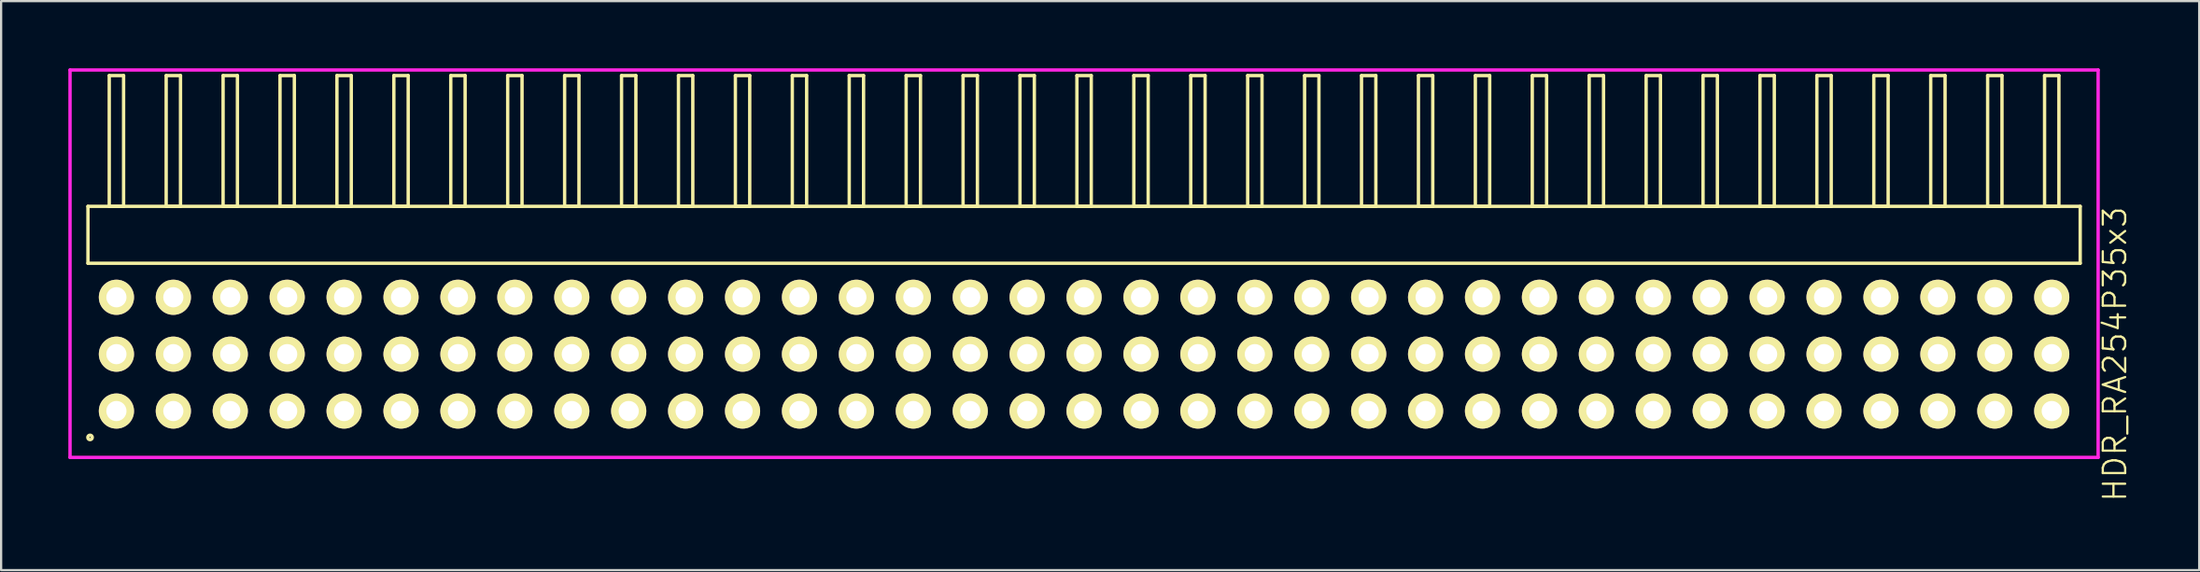
<source format=kicad_pcb>
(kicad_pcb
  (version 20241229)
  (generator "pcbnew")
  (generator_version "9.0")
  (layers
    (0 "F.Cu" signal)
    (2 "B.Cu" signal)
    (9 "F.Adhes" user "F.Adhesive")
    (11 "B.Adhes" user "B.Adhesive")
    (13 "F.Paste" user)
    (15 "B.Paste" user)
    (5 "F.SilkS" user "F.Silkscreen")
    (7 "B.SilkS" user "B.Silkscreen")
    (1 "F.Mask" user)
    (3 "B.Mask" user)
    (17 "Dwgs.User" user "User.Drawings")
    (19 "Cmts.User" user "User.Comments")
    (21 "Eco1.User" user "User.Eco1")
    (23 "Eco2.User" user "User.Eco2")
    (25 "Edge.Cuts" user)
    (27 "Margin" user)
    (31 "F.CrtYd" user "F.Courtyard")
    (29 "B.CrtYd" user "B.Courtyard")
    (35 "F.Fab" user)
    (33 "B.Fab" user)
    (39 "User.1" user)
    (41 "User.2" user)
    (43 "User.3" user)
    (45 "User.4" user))
  (footprint "HDR_RA254P35x3"
    (layer "F.Cu")
    (at 45.325 12.765)
    (property "Reference" "HDR_RA254P35x3" (at 46 0 90) (layer "F.SilkS") (effects (font (size 1 1) (thickness 0.1))))
    (attr through_hole)
    (fp_line (start -44.45 -6.6) (end -44.45 -4.06) (stroke (width 0.15) (type solid)) (layer "F.SilkS"))
    (fp_line (start -44.45 -4.06) (end 44.45 -4.06) (stroke (width 0.15) (type solid)) (layer "F.SilkS"))
    (fp_line (start -43.5 -12.44) (end -43.5 -6.6) (stroke (width 0.15) (type solid)) (layer "F.SilkS"))
    (fp_line (start -43.5 -6.6) (end -42.86 -6.6) (stroke (width 0.15) (type solid)) (layer "F.SilkS"))
    (fp_line (start -42.86 -12.44) (end -43.5 -12.44) (stroke (width 0.15) (type solid)) (layer "F.SilkS"))
    (fp_line (start -42.86 -6.6) (end -42.86 -12.44) (stroke (width 0.15) (type solid)) (layer "F.SilkS"))
    (fp_line (start -40.96 -12.44) (end -40.96 -6.6) (stroke (width 0.15) (type solid)) (layer "F.SilkS"))
    (fp_line (start -40.96 -6.6) (end -40.32 -6.6) (stroke (width 0.15) (type solid)) (layer "F.SilkS"))
    (fp_line (start -40.32 -12.44) (end -40.96 -12.44) (stroke (width 0.15) (type solid)) (layer "F.SilkS"))
    (fp_line (start -40.32 -6.6) (end -40.32 -12.44) (stroke (width 0.15) (type solid)) (layer "F.SilkS"))
    (fp_line (start -38.42 -12.44) (end -38.42 -6.6) (stroke (width 0.15) (type solid)) (layer "F.SilkS"))
    (fp_line (start -38.42 -6.6) (end -37.78 -6.6) (stroke (width 0.15) (type solid)) (layer "F.SilkS"))
    (fp_line (start -37.78 -12.44) (end -38.42 -12.44) (stroke (width 0.15) (type solid)) (layer "F.SilkS"))
    (fp_line (start -37.78 -6.6) (end -37.78 -12.44) (stroke (width 0.15) (type solid)) (layer "F.SilkS"))
    (fp_line (start -35.88 -12.44) (end -35.88 -6.6) (stroke (width 0.15) (type solid)) (layer "F.SilkS"))
    (fp_line (start -35.88 -6.6) (end -35.24 -6.6) (stroke (width 0.15) (type solid)) (layer "F.SilkS"))
    (fp_line (start -35.24 -12.44) (end -35.88 -12.44) (stroke (width 0.15) (type solid)) (layer "F.SilkS"))
    (fp_line (start -35.24 -6.6) (end -35.24 -12.44) (stroke (width 0.15) (type solid)) (layer "F.SilkS"))
    (fp_line (start -33.34 -12.44) (end -33.34 -6.6) (stroke (width 0.15) (type solid)) (layer "F.SilkS"))
    (fp_line (start -33.34 -6.6) (end -32.7 -6.6) (stroke (width 0.15) (type solid)) (layer "F.SilkS"))
    (fp_line (start -32.7 -12.44) (end -33.34 -12.44) (stroke (width 0.15) (type solid)) (layer "F.SilkS"))
    (fp_line (start -32.7 -6.6) (end -32.7 -12.44) (stroke (width 0.15) (type solid)) (layer "F.SilkS"))
    (fp_line (start -30.8 -12.44) (end -30.8 -6.6) (stroke (width 0.15) (type solid)) (layer "F.SilkS"))
    (fp_line (start -30.8 -6.6) (end -30.16 -6.6) (stroke (width 0.15) (type solid)) (layer "F.SilkS"))
    (fp_line (start -30.16 -12.44) (end -30.8 -12.44) (stroke (width 0.15) (type solid)) (layer "F.SilkS"))
    (fp_line (start -30.16 -6.6) (end -30.16 -12.44) (stroke (width 0.15) (type solid)) (layer "F.SilkS"))
    (fp_line (start -28.26 -12.44) (end -28.26 -6.6) (stroke (width 0.15) (type solid)) (layer "F.SilkS"))
    (fp_line (start -28.26 -6.6) (end -27.62 -6.6) (stroke (width 0.15) (type solid)) (layer "F.SilkS"))
    (fp_line (start -27.62 -12.44) (end -28.26 -12.44) (stroke (width 0.15) (type solid)) (layer "F.SilkS"))
    (fp_line (start -27.62 -6.6) (end -27.62 -12.44) (stroke (width 0.15) (type solid)) (layer "F.SilkS"))
    (fp_line (start -25.72 -12.44) (end -25.72 -6.6) (stroke (width 0.15) (type solid)) (layer "F.SilkS"))
    (fp_line (start -25.72 -6.6) (end -25.08 -6.6) (stroke (width 0.15) (type solid)) (layer "F.SilkS"))
    (fp_line (start -25.08 -12.44) (end -25.72 -12.44) (stroke (width 0.15) (type solid)) (layer "F.SilkS"))
    (fp_line (start -25.08 -6.6) (end -25.08 -12.44) (stroke (width 0.15) (type solid)) (layer "F.SilkS"))
    (fp_line (start -23.18 -12.44) (end -23.18 -6.6) (stroke (width 0.15) (type solid)) (layer "F.SilkS"))
    (fp_line (start -23.18 -6.6) (end -22.54 -6.6) (stroke (width 0.15) (type solid)) (layer "F.SilkS"))
    (fp_line (start -22.54 -12.44) (end -23.18 -12.44) (stroke (width 0.15) (type solid)) (layer "F.SilkS"))
    (fp_line (start -22.54 -6.6) (end -22.54 -12.44) (stroke (width 0.15) (type solid)) (layer "F.SilkS"))
    (fp_line (start -20.64 -12.44) (end -20.64 -6.6) (stroke (width 0.15) (type solid)) (layer "F.SilkS"))
    (fp_line (start -20.64 -6.6) (end -20 -6.6) (stroke (width 0.15) (type solid)) (layer "F.SilkS"))
    (fp_line (start -20 -12.44) (end -20.64 -12.44) (stroke (width 0.15) (type solid)) (layer "F.SilkS"))
    (fp_line (start -20 -6.6) (end -20 -12.44) (stroke (width 0.15) (type solid)) (layer "F.SilkS"))
    (fp_line (start -18.1 -12.44) (end -18.1 -6.6) (stroke (width 0.15) (type solid)) (layer "F.SilkS"))
    (fp_line (start -18.1 -6.6) (end -17.46 -6.6) (stroke (width 0.15) (type solid)) (layer "F.SilkS"))
    (fp_line (start -17.46 -12.44) (end -18.1 -12.44) (stroke (width 0.15) (type solid)) (layer "F.SilkS"))
    (fp_line (start -17.46 -6.6) (end -17.46 -12.44) (stroke (width 0.15) (type solid)) (layer "F.SilkS"))
    (fp_line (start -15.56 -12.44) (end -15.56 -6.6) (stroke (width 0.15) (type solid)) (layer "F.SilkS"))
    (fp_line (start -15.56 -6.6) (end -14.92 -6.6) (stroke (width 0.15) (type solid)) (layer "F.SilkS"))
    (fp_line (start -14.92 -12.44) (end -15.56 -12.44) (stroke (width 0.15) (type solid)) (layer "F.SilkS"))
    (fp_line (start -14.92 -6.6) (end -14.92 -12.44) (stroke (width 0.15) (type solid)) (layer "F.SilkS"))
    (fp_line (start -13.02 -12.44) (end -13.02 -6.6) (stroke (width 0.15) (type solid)) (layer "F.SilkS"))
    (fp_line (start -13.02 -6.6) (end -12.38 -6.6) (stroke (width 0.15) (type solid)) (layer "F.SilkS"))
    (fp_line (start -12.38 -12.44) (end -13.02 -12.44) (stroke (width 0.15) (type solid)) (layer "F.SilkS"))
    (fp_line (start -12.38 -6.6) (end -12.38 -12.44) (stroke (width 0.15) (type solid)) (layer "F.SilkS"))
    (fp_line (start -10.48 -12.44) (end -10.48 -6.6) (stroke (width 0.15) (type solid)) (layer "F.SilkS"))
    (fp_line (start -10.48 -6.6) (end -9.84 -6.6) (stroke (width 0.15) (type solid)) (layer "F.SilkS"))
    (fp_line (start -9.84 -12.44) (end -10.48 -12.44) (stroke (width 0.15) (type solid)) (layer "F.SilkS"))
    (fp_line (start -9.84 -6.6) (end -9.84 -12.44) (stroke (width 0.15) (type solid)) (layer "F.SilkS"))
    (fp_line (start -7.94 -12.44) (end -7.94 -6.6) (stroke (width 0.15) (type solid)) (layer "F.SilkS"))
    (fp_line (start -7.94 -6.6) (end -7.3 -6.6) (stroke (width 0.15) (type solid)) (layer "F.SilkS"))
    (fp_line (start -7.3 -12.44) (end -7.94 -12.44) (stroke (width 0.15) (type solid)) (layer "F.SilkS"))
    (fp_line (start -7.3 -6.6) (end -7.3 -12.44) (stroke (width 0.15) (type solid)) (layer "F.SilkS"))
    (fp_line (start -5.4 -12.44) (end -5.4 -6.6) (stroke (width 0.15) (type solid)) (layer "F.SilkS"))
    (fp_line (start -5.4 -6.6) (end -4.76 -6.6) (stroke (width 0.15) (type solid)) (layer "F.SilkS"))
    (fp_line (start -4.76 -12.44) (end -5.4 -12.44) (stroke (width 0.15) (type solid)) (layer "F.SilkS"))
    (fp_line (start -4.76 -6.6) (end -4.76 -12.44) (stroke (width 0.15) (type solid)) (layer "F.SilkS"))
    (fp_line (start -2.86 -12.44) (end -2.86 -6.6) (stroke (width 0.15) (type solid)) (layer "F.SilkS"))
    (fp_line (start -2.86 -6.6) (end -2.22 -6.6) (stroke (width 0.15) (type solid)) (layer "F.SilkS"))
    (fp_line (start -2.22 -12.44) (end -2.86 -12.44) (stroke (width 0.15) (type solid)) (layer "F.SilkS"))
    (fp_line (start -2.22 -6.6) (end -2.22 -12.44) (stroke (width 0.15) (type solid)) (layer "F.SilkS"))
    (fp_line (start -0.32 -12.44) (end -0.32 -6.6) (stroke (width 0.15) (type solid)) (layer "F.SilkS"))
    (fp_line (start -0.32 -6.6) (end 0.32 -6.6) (stroke (width 0.15) (type solid)) (layer "F.SilkS"))
    (fp_line (start 0.32 -12.44) (end -0.32 -12.44) (stroke (width 0.15) (type solid)) (layer "F.SilkS"))
    (fp_line (start 0.32 -6.6) (end 0.32 -12.44) (stroke (width 0.15) (type solid)) (layer "F.SilkS"))
    (fp_line (start 2.22 -12.44) (end 2.22 -6.6) (stroke (width 0.15) (type solid)) (layer "F.SilkS"))
    (fp_line (start 2.22 -6.6) (end 2.86 -6.6) (stroke (width 0.15) (type solid)) (layer "F.SilkS"))
    (fp_line (start 2.86 -12.44) (end 2.22 -12.44) (stroke (width 0.15) (type solid)) (layer "F.SilkS"))
    (fp_line (start 2.86 -6.6) (end 2.86 -12.44) (stroke (width 0.15) (type solid)) (layer "F.SilkS"))
    (fp_line (start 4.76 -12.44) (end 4.76 -6.6) (stroke (width 0.15) (type solid)) (layer "F.SilkS"))
    (fp_line (start 4.76 -6.6) (end 5.4 -6.6) (stroke (width 0.15) (type solid)) (layer "F.SilkS"))
    (fp_line (start 5.4 -12.44) (end 4.76 -12.44) (stroke (width 0.15) (type solid)) (layer "F.SilkS"))
    (fp_line (start 5.4 -6.6) (end 5.4 -12.44) (stroke (width 0.15) (type solid)) (layer "F.SilkS"))
    (fp_line (start 7.3 -12.44) (end 7.3 -6.6) (stroke (width 0.15) (type solid)) (layer "F.SilkS"))
    (fp_line (start 7.3 -6.6) (end 7.94 -6.6) (stroke (width 0.15) (type solid)) (layer "F.SilkS"))
    (fp_line (start 7.94 -12.44) (end 7.3 -12.44) (stroke (width 0.15) (type solid)) (layer "F.SilkS"))
    (fp_line (start 7.94 -6.6) (end 7.94 -12.44) (stroke (width 0.15) (type solid)) (layer "F.SilkS"))
    (fp_line (start 9.84 -12.44) (end 9.84 -6.6) (stroke (width 0.15) (type solid)) (layer "F.SilkS"))
    (fp_line (start 9.84 -6.6) (end 10.48 -6.6) (stroke (width 0.15) (type solid)) (layer "F.SilkS"))
    (fp_line (start 10.48 -12.44) (end 9.84 -12.44) (stroke (width 0.15) (type solid)) (layer "F.SilkS"))
    (fp_line (start 10.48 -6.6) (end 10.48 -12.44) (stroke (width 0.15) (type solid)) (layer "F.SilkS"))
    (fp_line (start 12.38 -12.44) (end 12.38 -6.6) (stroke (width 0.15) (type solid)) (layer "F.SilkS"))
    (fp_line (start 12.38 -6.6) (end 13.02 -6.6) (stroke (width 0.15) (type solid)) (layer "F.SilkS"))
    (fp_line (start 13.02 -12.44) (end 12.38 -12.44) (stroke (width 0.15) (type solid)) (layer "F.SilkS"))
    (fp_line (start 13.02 -6.6) (end 13.02 -12.44) (stroke (width 0.15) (type solid)) (layer "F.SilkS"))
    (fp_line (start 14.92 -12.44) (end 14.92 -6.6) (stroke (width 0.15) (type solid)) (layer "F.SilkS"))
    (fp_line (start 14.92 -6.6) (end 15.56 -6.6) (stroke (width 0.15) (type solid)) (layer "F.SilkS"))
    (fp_line (start 15.56 -12.44) (end 14.92 -12.44) (stroke (width 0.15) (type solid)) (layer "F.SilkS"))
    (fp_line (start 15.56 -6.6) (end 15.56 -12.44) (stroke (width 0.15) (type solid)) (layer "F.SilkS"))
    (fp_line (start 17.46 -12.44) (end 17.46 -6.6) (stroke (width 0.15) (type solid)) (layer "F.SilkS"))
    (fp_line (start 17.46 -6.6) (end 18.1 -6.6) (stroke (width 0.15) (type solid)) (layer "F.SilkS"))
    (fp_line (start 18.1 -12.44) (end 17.46 -12.44) (stroke (width 0.15) (type solid)) (layer "F.SilkS"))
    (fp_line (start 18.1 -6.6) (end 18.1 -12.44) (stroke (width 0.15) (type solid)) (layer "F.SilkS"))
    (fp_line (start 20 -12.44) (end 20 -6.6) (stroke (width 0.15) (type solid)) (layer "F.SilkS"))
    (fp_line (start 20 -6.6) (end 20.64 -6.6) (stroke (width 0.15) (type solid)) (layer "F.SilkS"))
    (fp_line (start 20.64 -12.44) (end 20 -12.44) (stroke (width 0.15) (type solid)) (layer "F.SilkS"))
    (fp_line (start 20.64 -6.6) (end 20.64 -12.44) (stroke (width 0.15) (type solid)) (layer "F.SilkS"))
    (fp_line (start 22.54 -12.44) (end 22.54 -6.6) (stroke (width 0.15) (type solid)) (layer "F.SilkS"))
    (fp_line (start 22.54 -6.6) (end 23.18 -6.6) (stroke (width 0.15) (type solid)) (layer "F.SilkS"))
    (fp_line (start 23.18 -12.44) (end 22.54 -12.44) (stroke (width 0.15) (type solid)) (layer "F.SilkS"))
    (fp_line (start 23.18 -6.6) (end 23.18 -12.44) (stroke (width 0.15) (type solid)) (layer "F.SilkS"))
    (fp_line (start 25.08 -12.44) (end 25.08 -6.6) (stroke (width 0.15) (type solid)) (layer "F.SilkS"))
    (fp_line (start 25.08 -6.6) (end 25.72 -6.6) (stroke (width 0.15) (type solid)) (layer "F.SilkS"))
    (fp_line (start 25.72 -12.44) (end 25.08 -12.44) (stroke (width 0.15) (type solid)) (layer "F.SilkS"))
    (fp_line (start 25.72 -6.6) (end 25.72 -12.44) (stroke (width 0.15) (type solid)) (layer "F.SilkS"))
    (fp_line (start 27.62 -12.44) (end 27.62 -6.6) (stroke (width 0.15) (type solid)) (layer "F.SilkS"))
    (fp_line (start 27.62 -6.6) (end 28.26 -6.6) (stroke (width 0.15) (type solid)) (layer "F.SilkS"))
    (fp_line (start 28.26 -12.44) (end 27.62 -12.44) (stroke (width 0.15) (type solid)) (layer "F.SilkS"))
    (fp_line (start 28.26 -6.6) (end 28.26 -12.44) (stroke (width 0.15) (type solid)) (layer "F.SilkS"))
    (fp_line (start 30.16 -12.44) (end 30.16 -6.6) (stroke (width 0.15) (type solid)) (layer "F.SilkS"))
    (fp_line (start 30.16 -6.6) (end 30.8 -6.6) (stroke (width 0.15) (type solid)) (layer "F.SilkS"))
    (fp_line (start 30.8 -12.44) (end 30.16 -12.44) (stroke (width 0.15) (type solid)) (layer "F.SilkS"))
    (fp_line (start 30.8 -6.6) (end 30.8 -12.44) (stroke (width 0.15) (type solid)) (layer "F.SilkS"))
    (fp_line (start 32.7 -12.44) (end 32.7 -6.6) (stroke (width 0.15) (type solid)) (layer "F.SilkS"))
    (fp_line (start 32.7 -6.6) (end 33.34 -6.6) (stroke (width 0.15) (type solid)) (layer "F.SilkS"))
    (fp_line (start 33.34 -12.44) (end 32.7 -12.44) (stroke (width 0.15) (type solid)) (layer "F.SilkS"))
    (fp_line (start 33.34 -6.6) (end 33.34 -12.44) (stroke (width 0.15) (type solid)) (layer "F.SilkS"))
    (fp_line (start 35.24 -12.44) (end 35.24 -6.6) (stroke (width 0.15) (type solid)) (layer "F.SilkS"))
    (fp_line (start 35.24 -6.6) (end 35.88 -6.6) (stroke (width 0.15) (type solid)) (layer "F.SilkS"))
    (fp_line (start 35.88 -12.44) (end 35.24 -12.44) (stroke (width 0.15) (type solid)) (layer "F.SilkS"))
    (fp_line (start 35.88 -6.6) (end 35.88 -12.44) (stroke (width 0.15) (type solid)) (layer "F.SilkS"))
    (fp_line (start 37.78 -12.44) (end 37.78 -6.6) (stroke (width 0.15) (type solid)) (layer "F.SilkS"))
    (fp_line (start 37.78 -6.6) (end 38.42 -6.6) (stroke (width 0.15) (type solid)) (layer "F.SilkS"))
    (fp_line (start 38.42 -12.44) (end 37.78 -12.44) (stroke (width 0.15) (type solid)) (layer "F.SilkS"))
    (fp_line (start 38.42 -6.6) (end 38.42 -12.44) (stroke (width 0.15) (type solid)) (layer "F.SilkS"))
    (fp_line (start 40.32 -12.44) (end 40.32 -6.6) (stroke (width 0.15) (type solid)) (layer "F.SilkS"))
    (fp_line (start 40.32 -6.6) (end 40.96 -6.6) (stroke (width 0.15) (type solid)) (layer "F.SilkS"))
    (fp_line (start 40.96 -12.44) (end 40.32 -12.44) (stroke (width 0.15) (type solid)) (layer "F.SilkS"))
    (fp_line (start 40.96 -6.6) (end 40.96 -12.44) (stroke (width 0.15) (type solid)) (layer "F.SilkS"))
    (fp_line (start 42.86 -12.44) (end 42.86 -6.6) (stroke (width 0.15) (type solid)) (layer "F.SilkS"))
    (fp_line (start 42.86 -6.6) (end 43.5 -6.6) (stroke (width 0.15) (type solid)) (layer "F.SilkS"))
    (fp_line (start 43.5 -12.44) (end 42.86 -12.44) (stroke (width 0.15) (type solid)) (layer "F.SilkS"))
    (fp_line (start 43.5 -6.6) (end 43.5 -12.44) (stroke (width 0.15) (type solid)) (layer "F.SilkS"))
    (fp_line (start 44.45 -6.6) (end -44.45 -6.6) (stroke (width 0.15) (type solid)) (layer "F.SilkS"))
    (fp_line (start 44.45 -4.06) (end 44.45 -6.6) (stroke (width 0.15) (type solid)) (layer "F.SilkS"))
    (fp_circle (center -44.357 3.718) (end -44.257 3.718) (stroke (width 0.15) (type solid)) (fill no) (layer "F.SilkS"))
    (fp_line (start -45.25 -12.69) (end -45.25 4.61) (stroke (width 0.15) (type solid)) (layer "F.CrtYd"))
    (fp_line (start -45.25 4.61) (end 45.25 4.61) (stroke (width 0.15) (type solid)) (layer "F.CrtYd"))
    (fp_line (start 45.25 -12.69) (end -45.25 -12.69) (stroke (width 0.15) (type solid)) (layer "F.CrtYd"))
    (fp_line (start 45.25 4.61) (end 45.25 -12.69) (stroke (width 0.15) (type solid)) (layer "F.CrtYd"))
    (pad "1" thru_hole oval (at -43.18 2.54) (size 1.57 1.57) (drill 0.9) (layers "*.Cu" "*.Mask" "F.SilkS"))
    (pad "2" thru_hole oval (at -43.18 0) (size 1.57 1.57) (drill 0.9) (layers "*.Cu" "*.Mask" "F.SilkS"))
    (pad "3" thru_hole oval (at -43.18 -2.54) (size 1.57 1.57) (drill 0.9) (layers "*.Cu" "*.Mask" "F.SilkS"))
    (pad "4" thru_hole oval (at -40.64 2.54) (size 1.57 1.57) (drill 0.9) (layers "*.Cu" "*.Mask" "F.SilkS"))
    (pad "5" thru_hole oval (at -40.64 0) (size 1.57 1.57) (drill 0.9) (layers "*.Cu" "*.Mask" "F.SilkS"))
    (pad "6" thru_hole oval (at -40.64 -2.54) (size 1.57 1.57) (drill 0.9) (layers "*.Cu" "*.Mask" "F.SilkS"))
    (pad "7" thru_hole oval (at -38.1 2.54) (size 1.57 1.57) (drill 0.9) (layers "*.Cu" "*.Mask" "F.SilkS"))
    (pad "8" thru_hole oval (at -38.1 0) (size 1.57 1.57) (drill 0.9) (layers "*.Cu" "*.Mask" "F.SilkS"))
    (pad "9" thru_hole oval (at -38.1 -2.54) (size 1.57 1.57) (drill 0.9) (layers "*.Cu" "*.Mask" "F.SilkS"))
    (pad "10" thru_hole oval (at -35.56 2.54) (size 1.57 1.57) (drill 0.9) (layers "*.Cu" "*.Mask" "F.SilkS"))
    (pad "11" thru_hole oval (at -35.56 0) (size 1.57 1.57) (drill 0.9) (layers "*.Cu" "*.Mask" "F.SilkS"))
    (pad "12" thru_hole oval (at -35.56 -2.54) (size 1.57 1.57) (drill 0.9) (layers "*.Cu" "*.Mask" "F.SilkS"))
    (pad "13" thru_hole oval (at -33.02 2.54) (size 1.57 1.57) (drill 0.9) (layers "*.Cu" "*.Mask" "F.SilkS"))
    (pad "14" thru_hole oval (at -33.02 0) (size 1.57 1.57) (drill 0.9) (layers "*.Cu" "*.Mask" "F.SilkS"))
    (pad "15" thru_hole oval (at -33.02 -2.54) (size 1.57 1.57) (drill 0.9) (layers "*.Cu" "*.Mask" "F.SilkS"))
    (pad "16" thru_hole oval (at -30.48 2.54) (size 1.57 1.57) (drill 0.9) (layers "*.Cu" "*.Mask" "F.SilkS"))
    (pad "17" thru_hole oval (at -30.48 0) (size 1.57 1.57) (drill 0.9) (layers "*.Cu" "*.Mask" "F.SilkS"))
    (pad "18" thru_hole oval (at -30.48 -2.54) (size 1.57 1.57) (drill 0.9) (layers "*.Cu" "*.Mask" "F.SilkS"))
    (pad "19" thru_hole oval (at -27.94 2.54) (size 1.57 1.57) (drill 0.9) (layers "*.Cu" "*.Mask" "F.SilkS"))
    (pad "20" thru_hole oval (at -27.94 0) (size 1.57 1.57) (drill 0.9) (layers "*.Cu" "*.Mask" "F.SilkS"))
    (pad "21" thru_hole oval (at -27.94 -2.54) (size 1.57 1.57) (drill 0.9) (layers "*.Cu" "*.Mask" "F.SilkS"))
    (pad "22" thru_hole oval (at -25.4 2.54) (size 1.57 1.57) (drill 0.9) (layers "*.Cu" "*.Mask" "F.SilkS"))
    (pad "23" thru_hole oval (at -25.4 0) (size 1.57 1.57) (drill 0.9) (layers "*.Cu" "*.Mask" "F.SilkS"))
    (pad "24" thru_hole oval (at -25.4 -2.54) (size 1.57 1.57) (drill 0.9) (layers "*.Cu" "*.Mask" "F.SilkS"))
    (pad "25" thru_hole oval (at -22.86 2.54) (size 1.57 1.57) (drill 0.9) (layers "*.Cu" "*.Mask" "F.SilkS"))
    (pad "26" thru_hole oval (at -22.86 0) (size 1.57 1.57) (drill 0.9) (layers "*.Cu" "*.Mask" "F.SilkS"))
    (pad "27" thru_hole oval (at -22.86 -2.54) (size 1.57 1.57) (drill 0.9) (layers "*.Cu" "*.Mask" "F.SilkS"))
    (pad "28" thru_hole oval (at -20.32 2.54) (size 1.57 1.57) (drill 0.9) (layers "*.Cu" "*.Mask" "F.SilkS"))
    (pad "29" thru_hole oval (at -20.32 0) (size 1.57 1.57) (drill 0.9) (layers "*.Cu" "*.Mask" "F.SilkS"))
    (pad "30" thru_hole oval (at -20.32 -2.54) (size 1.57 1.57) (drill 0.9) (layers "*.Cu" "*.Mask" "F.SilkS"))
    (pad "31" thru_hole oval (at -17.78 2.54) (size 1.57 1.57) (drill 0.9) (layers "*.Cu" "*.Mask" "F.SilkS"))
    (pad "32" thru_hole oval (at -17.78 0) (size 1.57 1.57) (drill 0.9) (layers "*.Cu" "*.Mask" "F.SilkS"))
    (pad "33" thru_hole oval (at -17.78 -2.54) (size 1.57 1.57) (drill 0.9) (layers "*.Cu" "*.Mask" "F.SilkS"))
    (pad "34" thru_hole oval (at -15.24 2.54) (size 1.57 1.57) (drill 0.9) (layers "*.Cu" "*.Mask" "F.SilkS"))
    (pad "35" thru_hole oval (at -15.24 0) (size 1.57 1.57) (drill 0.9) (layers "*.Cu" "*.Mask" "F.SilkS"))
    (pad "36" thru_hole oval (at -15.24 -2.54) (size 1.57 1.57) (drill 0.9) (layers "*.Cu" "*.Mask" "F.SilkS"))
    (pad "37" thru_hole oval (at -12.7 2.54) (size 1.57 1.57) (drill 0.9) (layers "*.Cu" "*.Mask" "F.SilkS"))
    (pad "38" thru_hole oval (at -12.7 0) (size 1.57 1.57) (drill 0.9) (layers "*.Cu" "*.Mask" "F.SilkS"))
    (pad "39" thru_hole oval (at -12.7 -2.54) (size 1.57 1.57) (drill 0.9) (layers "*.Cu" "*.Mask" "F.SilkS"))
    (pad "40" thru_hole oval (at -10.16 2.54) (size 1.57 1.57) (drill 0.9) (layers "*.Cu" "*.Mask" "F.SilkS"))
    (pad "41" thru_hole oval (at -10.16 0) (size 1.57 1.57) (drill 0.9) (layers "*.Cu" "*.Mask" "F.SilkS"))
    (pad "42" thru_hole oval (at -10.16 -2.54) (size 1.57 1.57) (drill 0.9) (layers "*.Cu" "*.Mask" "F.SilkS"))
    (pad "43" thru_hole oval (at -7.62 2.54) (size 1.57 1.57) (drill 0.9) (layers "*.Cu" "*.Mask" "F.SilkS"))
    (pad "44" thru_hole oval (at -7.62 0) (size 1.57 1.57) (drill 0.9) (layers "*.Cu" "*.Mask" "F.SilkS"))
    (pad "45" thru_hole oval (at -7.62 -2.54) (size 1.57 1.57) (drill 0.9) (layers "*.Cu" "*.Mask" "F.SilkS"))
    (pad "46" thru_hole oval (at -5.08 2.54) (size 1.57 1.57) (drill 0.9) (layers "*.Cu" "*.Mask" "F.SilkS"))
    (pad "47" thru_hole oval (at -5.08 0) (size 1.57 1.57) (drill 0.9) (layers "*.Cu" "*.Mask" "F.SilkS"))
    (pad "48" thru_hole oval (at -5.08 -2.54) (size 1.57 1.57) (drill 0.9) (layers "*.Cu" "*.Mask" "F.SilkS"))
    (pad "49" thru_hole oval (at -2.54 2.54) (size 1.57 1.57) (drill 0.9) (layers "*.Cu" "*.Mask" "F.SilkS"))
    (pad "50" thru_hole oval (at -2.54 0) (size 1.57 1.57) (drill 0.9) (layers "*.Cu" "*.Mask" "F.SilkS"))
    (pad "51" thru_hole oval (at -2.54 -2.54) (size 1.57 1.57) (drill 0.9) (layers "*.Cu" "*.Mask" "F.SilkS"))
    (pad "52" thru_hole oval (at 0 2.54) (size 1.57 1.57) (drill 0.9) (layers "*.Cu" "*.Mask" "F.SilkS"))
    (pad "53" thru_hole oval (at 0 0) (size 1.57 1.57) (drill 0.9) (layers "*.Cu" "*.Mask" "F.SilkS"))
    (pad "54" thru_hole oval (at 0 -2.54) (size 1.57 1.57) (drill 0.9) (layers "*.Cu" "*.Mask" "F.SilkS"))
    (pad "55" thru_hole oval (at 2.54 2.54) (size 1.57 1.57) (drill 0.9) (layers "*.Cu" "*.Mask" "F.SilkS"))
    (pad "56" thru_hole oval (at 2.54 0) (size 1.57 1.57) (drill 0.9) (layers "*.Cu" "*.Mask" "F.SilkS"))
    (pad "57" thru_hole oval (at 2.54 -2.54) (size 1.57 1.57) (drill 0.9) (layers "*.Cu" "*.Mask" "F.SilkS"))
    (pad "58" thru_hole oval (at 5.08 2.54) (size 1.57 1.57) (drill 0.9) (layers "*.Cu" "*.Mask" "F.SilkS"))
    (pad "59" thru_hole oval (at 5.08 0) (size 1.57 1.57) (drill 0.9) (layers "*.Cu" "*.Mask" "F.SilkS"))
    (pad "60" thru_hole oval (at 5.08 -2.54) (size 1.57 1.57) (drill 0.9) (layers "*.Cu" "*.Mask" "F.SilkS"))
    (pad "61" thru_hole oval (at 7.62 2.54) (size 1.57 1.57) (drill 0.9) (layers "*.Cu" "*.Mask" "F.SilkS"))
    (pad "62" thru_hole oval (at 7.62 0) (size 1.57 1.57) (drill 0.9) (layers "*.Cu" "*.Mask" "F.SilkS"))
    (pad "63" thru_hole oval (at 7.62 -2.54) (size 1.57 1.57) (drill 0.9) (layers "*.Cu" "*.Mask" "F.SilkS"))
    (pad "64" thru_hole oval (at 10.16 2.54) (size 1.57 1.57) (drill 0.9) (layers "*.Cu" "*.Mask" "F.SilkS"))
    (pad "65" thru_hole oval (at 10.16 0) (size 1.57 1.57) (drill 0.9) (layers "*.Cu" "*.Mask" "F.SilkS"))
    (pad "66" thru_hole oval (at 10.16 -2.54) (size 1.57 1.57) (drill 0.9) (layers "*.Cu" "*.Mask" "F.SilkS"))
    (pad "67" thru_hole oval (at 12.7 2.54) (size 1.57 1.57) (drill 0.9) (layers "*.Cu" "*.Mask" "F.SilkS"))
    (pad "68" thru_hole oval (at 12.7 0) (size 1.57 1.57) (drill 0.9) (layers "*.Cu" "*.Mask" "F.SilkS"))
    (pad "69" thru_hole oval (at 12.7 -2.54) (size 1.57 1.57) (drill 0.9) (layers "*.Cu" "*.Mask" "F.SilkS"))
    (pad "70" thru_hole oval (at 15.24 2.54) (size 1.57 1.57) (drill 0.9) (layers "*.Cu" "*.Mask" "F.SilkS"))
    (pad "71" thru_hole oval (at 15.24 0) (size 1.57 1.57) (drill 0.9) (layers "*.Cu" "*.Mask" "F.SilkS"))
    (pad "72" thru_hole oval (at 15.24 -2.54) (size 1.57 1.57) (drill 0.9) (layers "*.Cu" "*.Mask" "F.SilkS"))
    (pad "73" thru_hole oval (at 17.78 2.54) (size 1.57 1.57) (drill 0.9) (layers "*.Cu" "*.Mask" "F.SilkS"))
    (pad "74" thru_hole oval (at 17.78 0) (size 1.57 1.57) (drill 0.9) (layers "*.Cu" "*.Mask" "F.SilkS"))
    (pad "75" thru_hole oval (at 17.78 -2.54) (size 1.57 1.57) (drill 0.9) (layers "*.Cu" "*.Mask" "F.SilkS"))
    (pad "76" thru_hole oval (at 20.32 2.54) (size 1.57 1.57) (drill 0.9) (layers "*.Cu" "*.Mask" "F.SilkS"))
    (pad "77" thru_hole oval (at 20.32 0) (size 1.57 1.57) (drill 0.9) (layers "*.Cu" "*.Mask" "F.SilkS"))
    (pad "78" thru_hole oval (at 20.32 -2.54) (size 1.57 1.57) (drill 0.9) (layers "*.Cu" "*.Mask" "F.SilkS"))
    (pad "79" thru_hole oval (at 22.86 2.54) (size 1.57 1.57) (drill 0.9) (layers "*.Cu" "*.Mask" "F.SilkS"))
    (pad "80" thru_hole oval (at 22.86 0) (size 1.57 1.57) (drill 0.9) (layers "*.Cu" "*.Mask" "F.SilkS"))
    (pad "81" thru_hole oval (at 22.86 -2.54) (size 1.57 1.57) (drill 0.9) (layers "*.Cu" "*.Mask" "F.SilkS"))
    (pad "82" thru_hole oval (at 25.4 2.54) (size 1.57 1.57) (drill 0.9) (layers "*.Cu" "*.Mask" "F.SilkS"))
    (pad "83" thru_hole oval (at 25.4 0) (size 1.57 1.57) (drill 0.9) (layers "*.Cu" "*.Mask" "F.SilkS"))
    (pad "84" thru_hole oval (at 25.4 -2.54) (size 1.57 1.57) (drill 0.9) (layers "*.Cu" "*.Mask" "F.SilkS"))
    (pad "85" thru_hole oval (at 27.94 2.54) (size 1.57 1.57) (drill 0.9) (layers "*.Cu" "*.Mask" "F.SilkS"))
    (pad "86" thru_hole oval (at 27.94 0) (size 1.57 1.57) (drill 0.9) (layers "*.Cu" "*.Mask" "F.SilkS"))
    (pad "87" thru_hole oval (at 27.94 -2.54) (size 1.57 1.57) (drill 0.9) (layers "*.Cu" "*.Mask" "F.SilkS"))
    (pad "88" thru_hole oval (at 30.48 2.54) (size 1.57 1.57) (drill 0.9) (layers "*.Cu" "*.Mask" "F.SilkS"))
    (pad "89" thru_hole oval (at 30.48 0) (size 1.57 1.57) (drill 0.9) (layers "*.Cu" "*.Mask" "F.SilkS"))
    (pad "90" thru_hole oval (at 30.48 -2.54) (size 1.57 1.57) (drill 0.9) (layers "*.Cu" "*.Mask" "F.SilkS"))
    (pad "91" thru_hole oval (at 33.02 2.54) (size 1.57 1.57) (drill 0.9) (layers "*.Cu" "*.Mask" "F.SilkS"))
    (pad "92" thru_hole oval (at 33.02 0) (size 1.57 1.57) (drill 0.9) (layers "*.Cu" "*.Mask" "F.SilkS"))
    (pad "93" thru_hole oval (at 33.02 -2.54) (size 1.57 1.57) (drill 0.9) (layers "*.Cu" "*.Mask" "F.SilkS"))
    (pad "94" thru_hole oval (at 35.56 2.54) (size 1.57 1.57) (drill 0.9) (layers "*.Cu" "*.Mask" "F.SilkS"))
    (pad "95" thru_hole oval (at 35.56 0) (size 1.57 1.57) (drill 0.9) (layers "*.Cu" "*.Mask" "F.SilkS"))
    (pad "96" thru_hole oval (at 35.56 -2.54) (size 1.57 1.57) (drill 0.9) (layers "*.Cu" "*.Mask" "F.SilkS"))
    (pad "97" thru_hole oval (at 38.1 2.54) (size 1.57 1.57) (drill 0.9) (layers "*.Cu" "*.Mask" "F.SilkS"))
    (pad "98" thru_hole oval (at 38.1 0) (size 1.57 1.57) (drill 0.9) (layers "*.Cu" "*.Mask" "F.SilkS"))
    (pad "99" thru_hole oval (at 38.1 -2.54) (size 1.57 1.57) (drill 0.9) (layers "*.Cu" "*.Mask" "F.SilkS"))
    (pad "100" thru_hole oval (at 40.64 2.54) (size 1.57 1.57) (drill 0.9) (layers "*.Cu" "*.Mask" "F.SilkS"))
    (pad "101" thru_hole oval (at 40.64 0) (size 1.57 1.57) (drill 0.9) (layers "*.Cu" "*.Mask" "F.SilkS"))
    (pad "102" thru_hole oval (at 40.64 -2.54) (size 1.57 1.57) (drill 0.9) (layers "*.Cu" "*.Mask" "F.SilkS"))
    (pad "103" thru_hole oval (at 43.18 2.54) (size 1.57 1.57) (drill 0.9) (layers "*.Cu" "*.Mask" "F.SilkS"))
    (pad "104" thru_hole oval (at 43.18 0) (size 1.57 1.57) (drill 0.9) (layers "*.Cu" "*.Mask" "F.SilkS"))
    (pad "105" thru_hole oval (at 43.18 -2.54) (size 1.57 1.57) (drill 0.9) (layers "*.Cu" "*.Mask" "F.SilkS")))
  (gr_rect
    (start -3 -3)
    (end 95.085 22.41)
    (stroke (width 0.1) (type default))
    (fill no)
    (layer "Edge.Cuts")))
</source>
